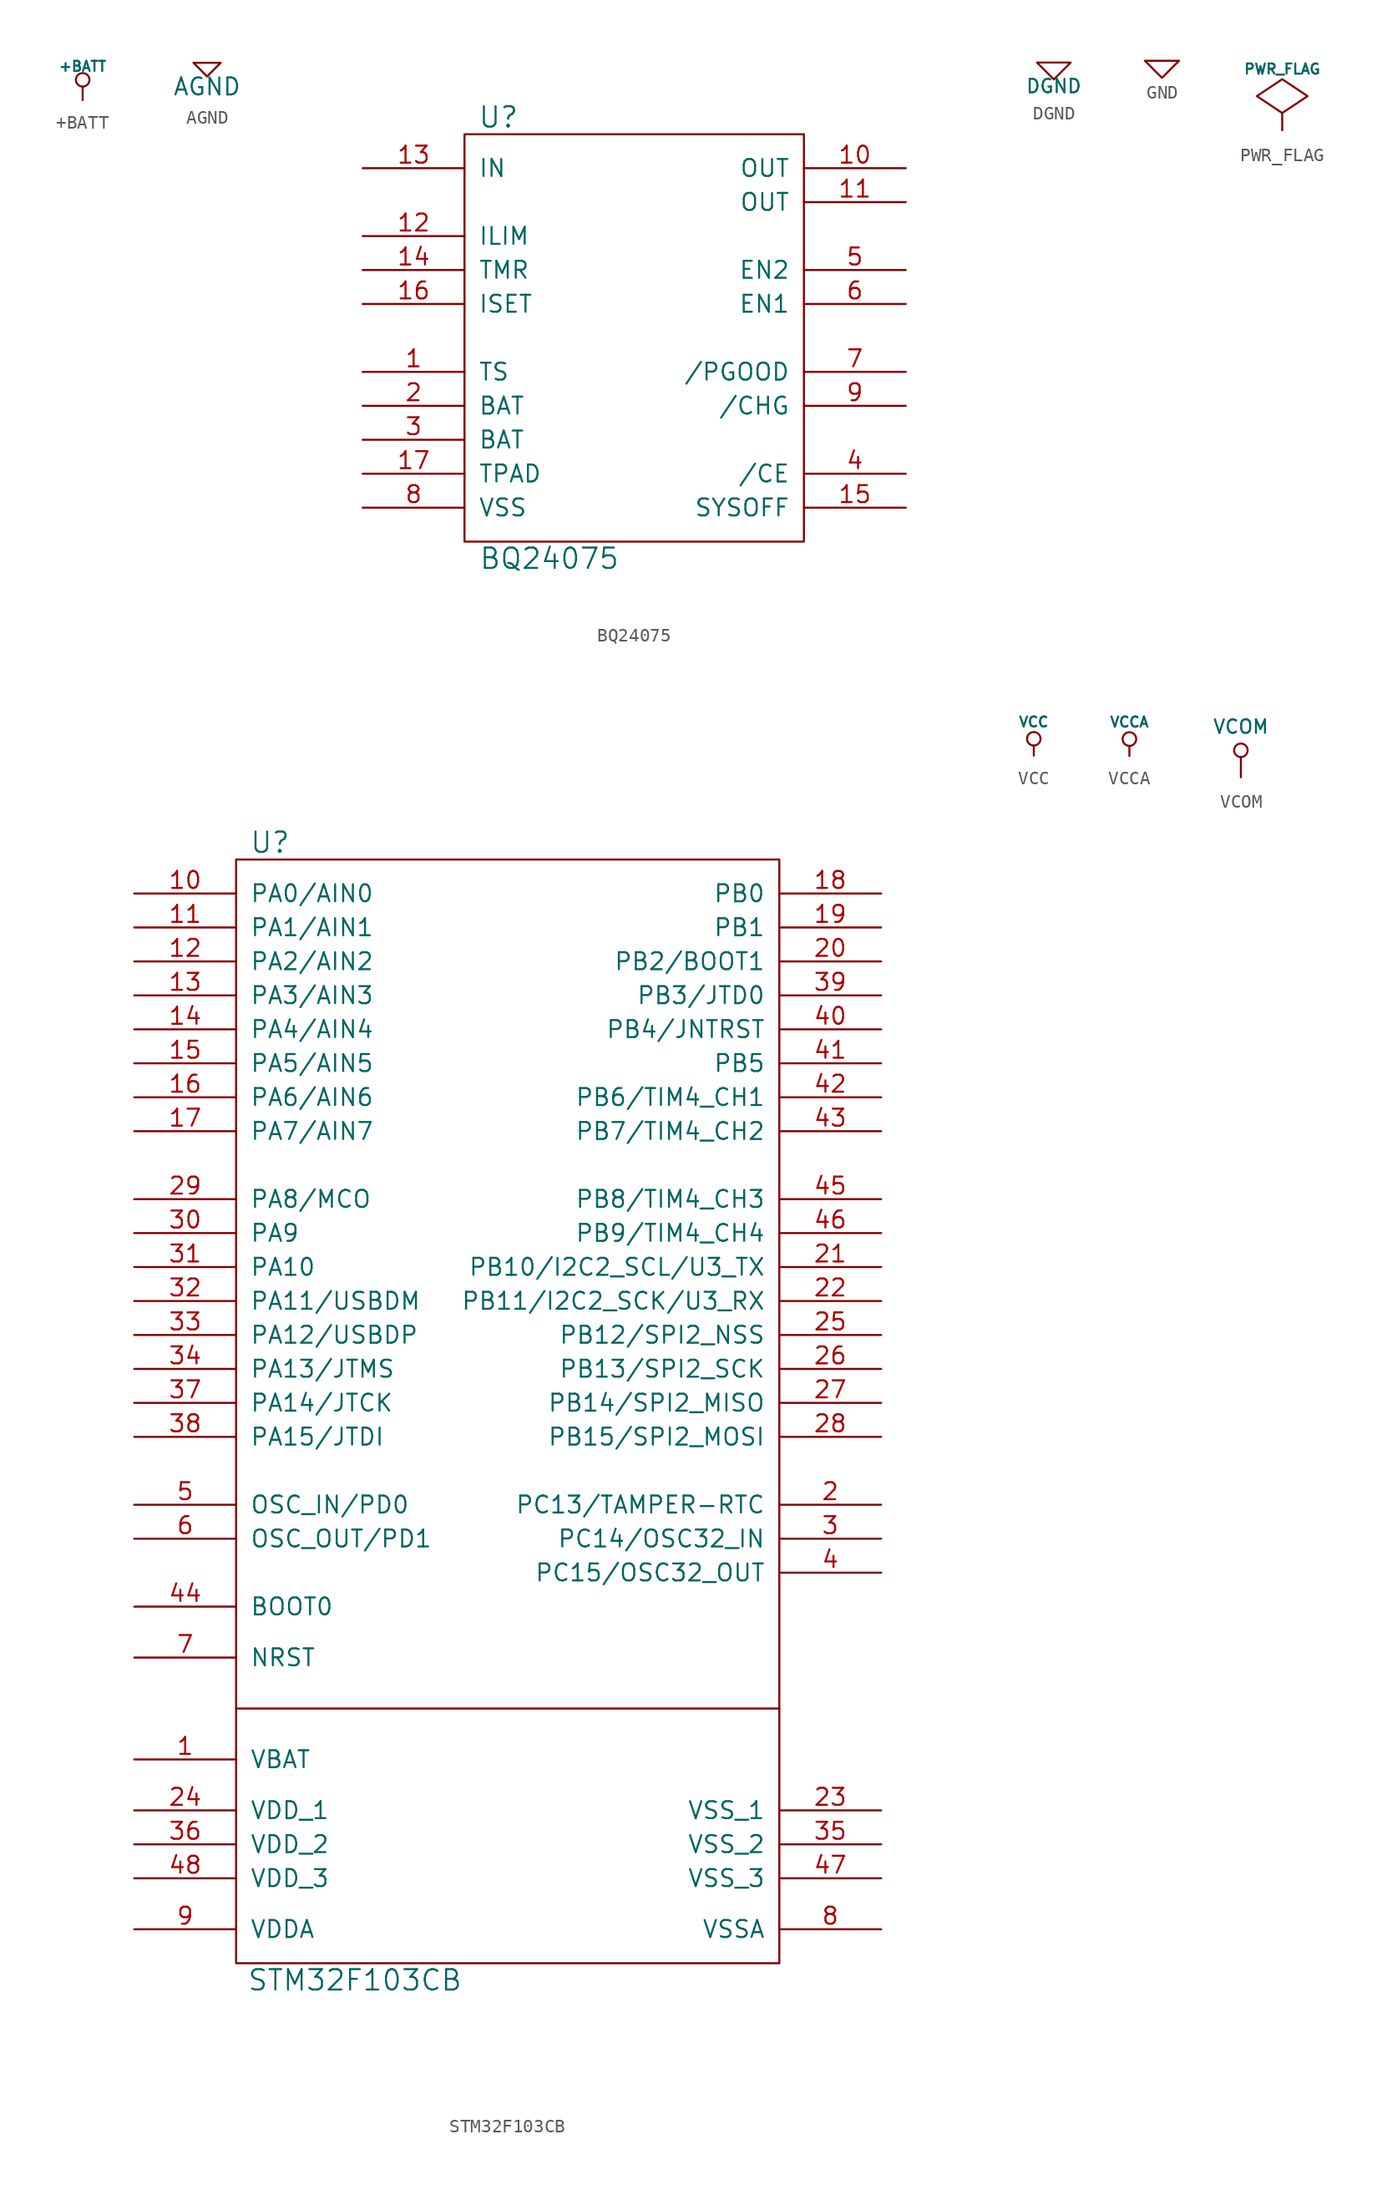
<source format=kicad_sym>
(kicad_symbol_lib
  (version 20231120)
  (generator "kicad_symbol_editor")
  (generator_version "8.0")
  (symbol "+BATT"
    (power)
    (pin_names
      (offset 0))
    (property "Reference" "#PWR"
      (at 0 -1.27 0)
      (effects (font (size 0.508 0.508)) (hide yes)))
    (property "Value" "+BATT"
      (at 0 2.54 0)
      (effects (font (size 0.762 0.762))))
    (symbol "+BATT_0_0"
      (pin power_in line (at 0 0 90) (length 0) hide (name "+BATT" (effects (font (size 0.508 0.508)))) (number "1" (effects (font (size 0.508 0.508))))))
    (symbol "+BATT_0_1"
      (polyline (pts (xy 0 0) (xy 0 1.016) (xy 0 1.016)) (stroke (width 0) (type solid)) (fill (type none)))
      (circle (center 0 1.524) (radius 0.508) (stroke (width 0) (type solid)) (fill (type none)))))
  (symbol "AGND"
    (power)
    (pin_names
      (offset 0.254))
    (property "Reference" "#PWR"
      (at 0 0 0)
      (effects (font (size 1.016 1.016)) (hide yes)))
    (property "Value" "AGND"
      (at 0 -1.778 0)
      (effects (font (size 1.27 1.27))))
    (symbol "AGND_0_1"
      (polyline (pts (xy -1.016 0) (xy 1.016 0) (xy 0 -1.016) (xy -1.016 0)) (stroke (width 0) (type solid)) (fill (type none))))
    (symbol "AGND_1_1"
      (pin power_in line (at 0 0 90) (length 0) hide (name "AGND" (effects (font (size 1.016 1.016)))) (number "1" (effects (font (size 1.016 1.016)))))))
  (symbol "BQ24075"
    (pin_names
      (offset 1.016))
    (property "Reference" "U"
      (at -10.16 16.51 0)
      (effects (font (size 1.524 1.524))))
    (property "Value" "BQ24075"
      (at -6.35 -16.51 0)
      (effects (font (size 1.524 1.524))))
    (symbol "BQ24075_0_1"
      (rectangle (start -12.7 15.24) (end 12.7 -15.24) (stroke (width 0) (type solid)) (fill (type none))))
    (symbol "BQ24075_1_1"
      (pin input line (at -20.32 -2.54 0) (length 7.62) (name "TS" (effects (font (size 1.27 1.27)))) (number "1" (effects (font (size 1.27 1.27)))))
      (pin power_out line (at 20.32 12.7 180) (length 7.62) (name "OUT" (effects (font (size 1.27 1.27)))) (number "10" (effects (font (size 1.27 1.27)))))
      (pin passive line (at 20.32 10.16 180) (length 7.62) (name "OUT" (effects (font (size 1.27 1.27)))) (number "11" (effects (font (size 1.27 1.27)))))
      (pin input line (at -20.32 7.62 0) (length 7.62) (name "ILIM" (effects (font (size 1.27 1.27)))) (number "12" (effects (font (size 1.27 1.27)))))
      (pin power_in line (at -20.32 12.7 0) (length 7.62) (name "IN" (effects (font (size 1.27 1.27)))) (number "13" (effects (font (size 1.27 1.27)))))
      (pin input line (at -20.32 5.08 0) (length 7.62) (name "TMR" (effects (font (size 1.27 1.27)))) (number "14" (effects (font (size 1.27 1.27)))))
      (pin input line (at 20.32 -12.7 180) (length 7.62) (name "SYSOFF" (effects (font (size 1.27 1.27)))) (number "15" (effects (font (size 1.27 1.27)))))
      (pin input line (at -20.32 2.54 0) (length 7.62) (name "ISET" (effects (font (size 1.27 1.27)))) (number "16" (effects (font (size 1.27 1.27)))))
      (pin input line (at -20.32 -10.16 0) (length 7.62) (name "TPAD" (effects (font (size 1.27 1.27)))) (number "17" (effects (font (size 1.27 1.27)))))
      (pin passive line (at -20.32 -5.08 0) (length 7.62) (name "BAT" (effects (font (size 1.27 1.27)))) (number "2" (effects (font (size 1.27 1.27)))))
      (pin power_in line (at -20.32 -7.62 0) (length 7.62) (name "BAT" (effects (font (size 1.27 1.27)))) (number "3" (effects (font (size 1.27 1.27)))))
      (pin input line (at 20.32 -10.16 180) (length 7.62) (name "/CE" (effects (font (size 1.27 1.27)))) (number "4" (effects (font (size 1.27 1.27)))))
      (pin input line (at 20.32 5.08 180) (length 7.62) (name "EN2" (effects (font (size 1.27 1.27)))) (number "5" (effects (font (size 1.27 1.27)))))
      (pin input line (at 20.32 2.54 180) (length 7.62) (name "EN1" (effects (font (size 1.27 1.27)))) (number "6" (effects (font (size 1.27 1.27)))))
      (pin output line (at 20.32 -2.54 180) (length 7.62) (name "/PGOOD" (effects (font (size 1.27 1.27)))) (number "7" (effects (font (size 1.27 1.27)))))
      (pin power_in line (at -20.32 -12.7 0) (length 7.62) (name "VSS" (effects (font (size 1.27 1.27)))) (number "8" (effects (font (size 1.27 1.27)))))
      (pin output line (at 20.32 -5.08 180) (length 7.62) (name "/CHG" (effects (font (size 1.27 1.27)))) (number "9" (effects (font (size 1.27 1.27)))))))
  (symbol "DGND"
    (power)
    (pin_names
      (offset 1.016))
    (property "Reference" "#PWR"
      (at 0 0 0)
      (effects (font (size 1.016 1.016)) (hide yes)))
    (property "Value" "DGND"
      (at 0 -1.778 0)
      (effects (font (size 1.016 1.016))))
    (symbol "DGND_0_1"
      (polyline (pts (xy -1.27 0) (xy 0 -1.27) (xy 1.27 0) (xy -1.27 0)) (stroke (width 0) (type solid)) (fill (type none))))
    (symbol "DGND_1_1"
      (pin power_in line (at 0 0 90) (length 0) hide (name "DGND" (effects (font (size 1.016 1.016)))) (number "1" (effects (font (size 1.016 1.016)))))))
  (symbol "GND"
    (power)
    (pin_names
      (offset 0))
    (property "Reference" "#PWR"
      (at 0 0 0)
      (effects (font (size 0.762 0.762)) (hide yes)))
    (symbol "GND_0_1"
      (polyline (pts (xy -1.27 0) (xy 0 -1.27) (xy 1.27 0) (xy -1.27 0)) (stroke (width 0) (type solid)) (fill (type none))))
    (symbol "GND_1_1"
      (pin power_in line (at 0 0 90) (length 0) hide (name "GND" (effects (font (size 0.762 0.762)))) (number "1" (effects (font (size 0.762 0.762)))))))
  (symbol "PWR_FLAG"
    (power)
    (pin_numbers hide)
    (pin_names
      (offset 0) hide)
    (property "Reference" "#FLG"
      (at 0 2.413 0)
      (effects (font (size 0.762 0.762)) (hide yes)))
    (property "Value" "PWR_FLAG"
      (at 0 4.572 0)
      (effects (font (size 0.762 0.762))))
    (symbol "PWR_FLAG_0_0"
      (pin power_out line (at 0 0 90) (length 0) (name "pwr" (effects (font (size 0.508 0.508)))) (number "1" (effects (font (size 0.508 0.508))))))
    (symbol "PWR_FLAG_0_1"
      (polyline (pts (xy 0 0) (xy 0 1.27) (xy -1.905 2.54) (xy 0 3.81) (xy 1.905 2.54) (xy 0 1.27)) (stroke (width 0) (type solid)) (fill (type none)))))
  (symbol "STM32F103CB"
    (pin_names
      (offset 1.016))
    (property "Reference" "U"
      (at -17.78 44.45 0)
      (effects (font (size 1.524 1.524))))
    (property "Value" "STM32F103CB"
      (at -11.43 -40.64 0)
      (effects (font (size 1.524 1.524))))
    (symbol "STM32F103CB_0_1"
      (rectangle (start -20.32 43.18) (end 20.32 -39.37) (stroke (width 0) (type solid)) (fill (type none)))
      (polyline (pts (xy -20.32 -20.32) (xy 20.32 -20.32) (xy 20.32 -20.32)) (stroke (width 0) (type solid)) (fill (type none))))
    (symbol "STM32F103CB_1_1"
      (pin power_in line (at -27.94 -24.13 0) (length 7.62) (name "VBAT" (effects (font (size 1.27 1.27)))) (number "1" (effects (font (size 1.27 1.27)))))
      (pin bidirectional line (at -27.94 40.64 0) (length 7.62) (name "PA0/AIN0" (effects (font (size 1.27 1.27)))) (number "10" (effects (font (size 1.27 1.27)))))
      (pin bidirectional line (at -27.94 38.1 0) (length 7.62) (name "PA1/AIN1" (effects (font (size 1.27 1.27)))) (number "11" (effects (font (size 1.27 1.27)))))
      (pin bidirectional line (at -27.94 35.56 0) (length 7.62) (name "PA2/AIN2" (effects (font (size 1.27 1.27)))) (number "12" (effects (font (size 1.27 1.27)))))
      (pin bidirectional line (at -27.94 33.02 0) (length 7.62) (name "PA3/AIN3" (effects (font (size 1.27 1.27)))) (number "13" (effects (font (size 1.27 1.27)))))
      (pin bidirectional line (at -27.94 30.48 0) (length 7.62) (name "PA4/AIN4" (effects (font (size 1.27 1.27)))) (number "14" (effects (font (size 1.27 1.27)))))
      (pin bidirectional line (at -27.94 27.94 0) (length 7.62) (name "PA5/AIN5" (effects (font (size 1.27 1.27)))) (number "15" (effects (font (size 1.27 1.27)))))
      (pin bidirectional line (at -27.94 25.4 0) (length 7.62) (name "PA6/AIN6" (effects (font (size 1.27 1.27)))) (number "16" (effects (font (size 1.27 1.27)))))
      (pin bidirectional line (at -27.94 22.86 0) (length 7.62) (name "PA7/AIN7" (effects (font (size 1.27 1.27)))) (number "17" (effects (font (size 1.27 1.27)))))
      (pin bidirectional line (at 27.94 40.64 180) (length 7.62) (name "PB0" (effects (font (size 1.27 1.27)))) (number "18" (effects (font (size 1.27 1.27)))))
      (pin bidirectional line (at 27.94 38.1 180) (length 7.62) (name "PB1" (effects (font (size 1.27 1.27)))) (number "19" (effects (font (size 1.27 1.27)))))
      (pin bidirectional line (at 27.94 -5.08 180) (length 7.62) (name "PC13/TAMPER-RTC" (effects (font (size 1.27 1.27)))) (number "2" (effects (font (size 1.27 1.27)))))
      (pin bidirectional line (at 27.94 35.56 180) (length 7.62) (name "PB2/BOOT1" (effects (font (size 1.27 1.27)))) (number "20" (effects (font (size 1.27 1.27)))))
      (pin bidirectional line (at 27.94 12.7 180) (length 7.62) (name "PB10/I2C2_SCL/U3_TX" (effects (font (size 1.27 1.27)))) (number "21" (effects (font (size 1.27 1.27)))))
      (pin bidirectional line (at 27.94 10.16 180) (length 7.62) (name "PB11/I2C2_SCK/U3_RX" (effects (font (size 1.27 1.27)))) (number "22" (effects (font (size 1.27 1.27)))))
      (pin power_in line (at 27.94 -27.94 180) (length 7.62) (name "VSS_1" (effects (font (size 1.27 1.27)))) (number "23" (effects (font (size 1.27 1.27)))))
      (pin power_in line (at -27.94 -27.94 0) (length 7.62) (name "VDD_1" (effects (font (size 1.27 1.27)))) (number "24" (effects (font (size 1.27 1.27)))))
      (pin bidirectional line (at 27.94 7.62 180) (length 7.62) (name "PB12/SPI2_NSS" (effects (font (size 1.27 1.27)))) (number "25" (effects (font (size 1.27 1.27)))))
      (pin bidirectional line (at 27.94 5.08 180) (length 7.62) (name "PB13/SPI2_SCK" (effects (font (size 1.27 1.27)))) (number "26" (effects (font (size 1.27 1.27)))))
      (pin bidirectional line (at 27.94 2.54 180) (length 7.62) (name "PB14/SPI2_MISO" (effects (font (size 1.27 1.27)))) (number "27" (effects (font (size 1.27 1.27)))))
      (pin bidirectional line (at 27.94 0 180) (length 7.62) (name "PB15/SPI2_MOSI" (effects (font (size 1.27 1.27)))) (number "28" (effects (font (size 1.27 1.27)))))
      (pin bidirectional line (at -27.94 17.78 0) (length 7.62) (name "PA8/MCO" (effects (font (size 1.27 1.27)))) (number "29" (effects (font (size 1.27 1.27)))))
      (pin bidirectional line (at 27.94 -7.62 180) (length 7.62) (name "PC14/OSC32_IN" (effects (font (size 1.27 1.27)))) (number "3" (effects (font (size 1.27 1.27)))))
      (pin bidirectional line (at -27.94 15.24 0) (length 7.62) (name "PA9" (effects (font (size 1.27 1.27)))) (number "30" (effects (font (size 1.27 1.27)))))
      (pin bidirectional line (at -27.94 12.7 0) (length 7.62) (name "PA10" (effects (font (size 1.27 1.27)))) (number "31" (effects (font (size 1.27 1.27)))))
      (pin bidirectional line (at -27.94 10.16 0) (length 7.62) (name "PA11/USBDM" (effects (font (size 1.27 1.27)))) (number "32" (effects (font (size 1.27 1.27)))))
      (pin bidirectional line (at -27.94 7.62 0) (length 7.62) (name "PA12/USBDP" (effects (font (size 1.27 1.27)))) (number "33" (effects (font (size 1.27 1.27)))))
      (pin bidirectional line (at -27.94 5.08 0) (length 7.62) (name "PA13/JTMS" (effects (font (size 1.27 1.27)))) (number "34" (effects (font (size 1.27 1.27)))))
      (pin power_in line (at 27.94 -30.48 180) (length 7.62) (name "VSS_2" (effects (font (size 1.27 1.27)))) (number "35" (effects (font (size 1.27 1.27)))))
      (pin power_in line (at -27.94 -30.48 0) (length 7.62) (name "VDD_2" (effects (font (size 1.27 1.27)))) (number "36" (effects (font (size 1.27 1.27)))))
      (pin bidirectional line (at -27.94 2.54 0) (length 7.62) (name "PA14/JTCK" (effects (font (size 1.27 1.27)))) (number "37" (effects (font (size 1.27 1.27)))))
      (pin bidirectional line (at -27.94 0 0) (length 7.62) (name "PA15/JTDI" (effects (font (size 1.27 1.27)))) (number "38" (effects (font (size 1.27 1.27)))))
      (pin bidirectional line (at 27.94 33.02 180) (length 7.62) (name "PB3/JTD0" (effects (font (size 1.27 1.27)))) (number "39" (effects (font (size 1.27 1.27)))))
      (pin bidirectional line (at 27.94 -10.16 180) (length 7.62) (name "PC15/OSC32_OUT" (effects (font (size 1.27 1.27)))) (number "4" (effects (font (size 1.27 1.27)))))
      (pin bidirectional line (at 27.94 30.48 180) (length 7.62) (name "PB4/JNTRST" (effects (font (size 1.27 1.27)))) (number "40" (effects (font (size 1.27 1.27)))))
      (pin bidirectional line (at 27.94 27.94 180) (length 7.62) (name "PB5" (effects (font (size 1.27 1.27)))) (number "41" (effects (font (size 1.27 1.27)))))
      (pin bidirectional line (at 27.94 25.4 180) (length 7.62) (name "PB6/TIM4_CH1" (effects (font (size 1.27 1.27)))) (number "42" (effects (font (size 1.27 1.27)))))
      (pin bidirectional line (at 27.94 22.86 180) (length 7.62) (name "PB7/TIM4_CH2" (effects (font (size 1.27 1.27)))) (number "43" (effects (font (size 1.27 1.27)))))
      (pin bidirectional line (at -27.94 -12.7 0) (length 7.62) (name "BOOT0" (effects (font (size 1.27 1.27)))) (number "44" (effects (font (size 1.27 1.27)))))
      (pin bidirectional line (at 27.94 17.78 180) (length 7.62) (name "PB8/TIM4_CH3" (effects (font (size 1.27 1.27)))) (number "45" (effects (font (size 1.27 1.27)))))
      (pin bidirectional line (at 27.94 15.24 180) (length 7.62) (name "PB9/TIM4_CH4" (effects (font (size 1.27 1.27)))) (number "46" (effects (font (size 1.27 1.27)))))
      (pin power_in line (at 27.94 -33.02 180) (length 7.62) (name "VSS_3" (effects (font (size 1.27 1.27)))) (number "47" (effects (font (size 1.27 1.27)))))
      (pin power_in line (at -27.94 -33.02 0) (length 7.62) (name "VDD_3" (effects (font (size 1.27 1.27)))) (number "48" (effects (font (size 1.27 1.27)))))
      (pin bidirectional line (at -27.94 -5.08 0) (length 7.62) (name "OSC_IN/PD0" (effects (font (size 1.27 1.27)))) (number "5" (effects (font (size 1.27 1.27)))))
      (pin bidirectional line (at -27.94 -7.62 0) (length 7.62) (name "OSC_OUT/PD1" (effects (font (size 1.27 1.27)))) (number "6" (effects (font (size 1.27 1.27)))))
      (pin bidirectional line (at -27.94 -16.51 0) (length 7.62) (name "NRST" (effects (font (size 1.27 1.27)))) (number "7" (effects (font (size 1.27 1.27)))))
      (pin power_in line (at 27.94 -36.83 180) (length 7.62) (name "VSSA" (effects (font (size 1.27 1.27)))) (number "8" (effects (font (size 1.27 1.27)))))
      (pin power_in line (at -27.94 -36.83 0) (length 7.62) (name "VDDA" (effects (font (size 1.27 1.27)))) (number "9" (effects (font (size 1.27 1.27)))))))
  (symbol "VCC"
    (power)
    (pin_names
      (offset 0))
    (property "Reference" "#PWR"
      (at 0 2.54 0)
      (effects (font (size 0.762 0.762)) (hide yes)))
    (property "Value" "VCC"
      (at 0 2.54 0)
      (effects (font (size 0.762 0.762))))
    (symbol "VCC_0_0"
      (pin power_in line (at 0 0 90) (length 0) hide (name "VCC" (effects (font (size 0.508 0.508)))) (number "1" (effects (font (size 0.508 0.508))))))
    (symbol "VCC_0_1"
      (polyline (pts (xy 0 0) (xy 0 0.762) (xy 0 0.762)) (stroke (width 0) (type solid)) (fill (type none)))
      (circle (center 0 1.27) (radius 0.508) (stroke (width 0) (type solid)) (fill (type none)))))
  (symbol "VCCA"
    (power)
    (pin_names
      (offset 0))
    (property "Reference" "#PWR"
      (at 0 2.54 0)
      (effects (font (size 0.762 0.762)) (hide yes)))
    (property "Value" "VCCA"
      (at 0 2.54 0)
      (effects (font (size 0.762 0.762))))
    (symbol "VCCA_0_0"
      (pin power_in line (at 0 0 90) (length 0) hide (name "VCCA" (effects (font (size 0.508 0.508)))) (number "1" (effects (font (size 0.508 0.508))))))
    (symbol "VCCA_0_1"
      (polyline (pts (xy 0 0) (xy 0 0.762) (xy 0 0.762)) (stroke (width 0) (type solid)) (fill (type none)))
      (circle (center 0 1.27) (radius 0.508) (stroke (width 0) (type solid)) (fill (type none)))))
  (symbol "VCOM"
    (pin_names
      (offset 0))
    (property "Reference" "#PWR"
      (at 0 5.08 0)
      (effects (font (size 1.016 1.016)) (hide yes)))
    (property "Value" "VCOM"
      (at 0 3.81 0)
      (effects (font (size 1.016 1.016))))
    (symbol "VCOM_0_0"
      (pin power_in line (at 0 0 90) (length 0) hide (name "VCOM" (effects (font (size 1.016 1.016)))) (number "1" (effects (font (size 1.016 1.016))))))
    (symbol "VCOM_0_1"
      (polyline (pts (xy 0 1.524) (xy 0 0)) (stroke (width 0) (type solid)) (fill (type none)))
      (circle (center 0 2.032) (radius 0.508) (stroke (width 0) (type solid)) (fill (type none))))))
</source>
